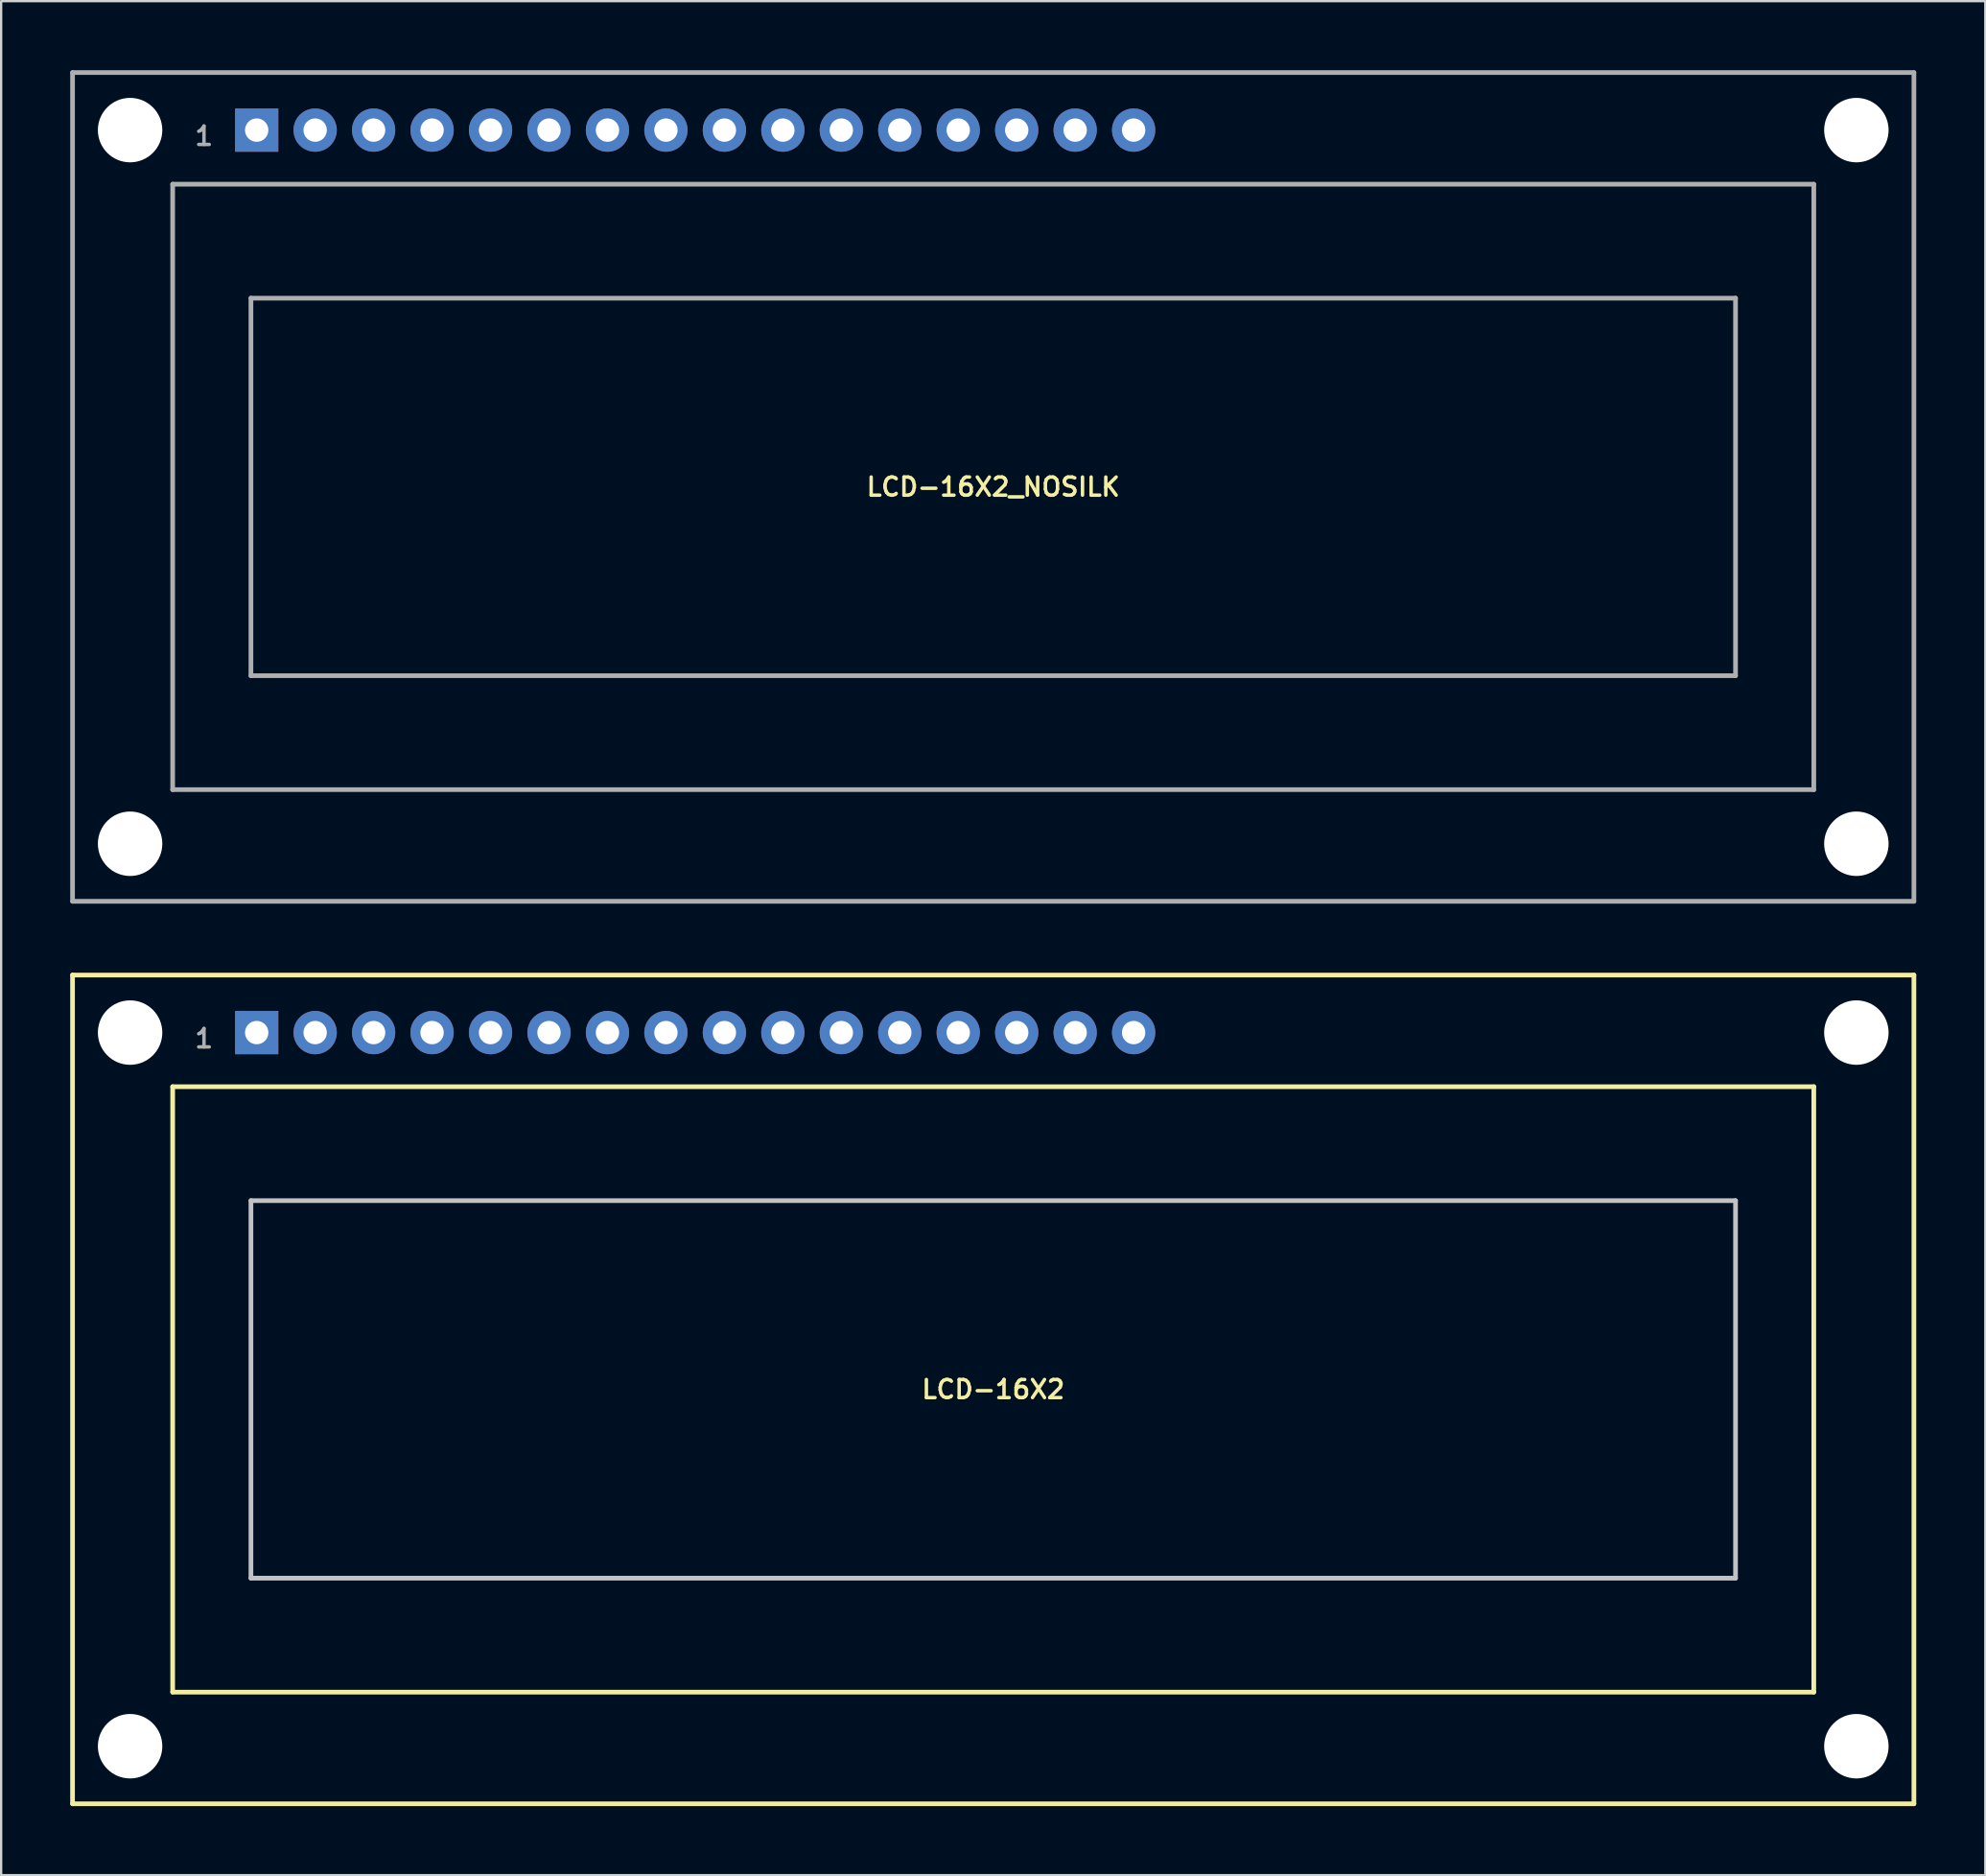
<source format=kicad_pcb>
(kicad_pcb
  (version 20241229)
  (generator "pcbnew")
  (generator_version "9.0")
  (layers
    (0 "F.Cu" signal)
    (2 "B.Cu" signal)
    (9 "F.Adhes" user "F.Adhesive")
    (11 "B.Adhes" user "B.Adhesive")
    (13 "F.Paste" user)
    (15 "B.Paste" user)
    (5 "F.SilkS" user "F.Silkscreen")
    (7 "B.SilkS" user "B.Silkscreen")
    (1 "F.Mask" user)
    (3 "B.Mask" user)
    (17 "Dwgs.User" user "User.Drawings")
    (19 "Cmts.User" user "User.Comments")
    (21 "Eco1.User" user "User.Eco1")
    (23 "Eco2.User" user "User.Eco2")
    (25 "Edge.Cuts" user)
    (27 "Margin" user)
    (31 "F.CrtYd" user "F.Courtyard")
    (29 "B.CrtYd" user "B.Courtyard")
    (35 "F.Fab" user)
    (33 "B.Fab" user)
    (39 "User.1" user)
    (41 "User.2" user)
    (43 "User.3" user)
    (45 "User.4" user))
  (footprint "LCD-16X2"
    (layer "F.Cu")
    (at 40.102 57.305)
    (property "Reference" "LCD-16X2" (at 0 0 0) (layer "F.SilkS") (effects (font (size 0.787 0.787) (thickness 0.15))))
    (attr through_hole)
    (fp_line (start -40 -18) (end 40 -18) (stroke (width 0.203) (type solid)) (layer "F.SilkS"))
    (fp_line (start -40 18) (end -40 -18) (stroke (width 0.203) (type solid)) (layer "F.SilkS"))
    (fp_line (start -35.65 -13.15) (end 35.65 -13.15) (stroke (width 0.203) (type solid)) (layer "F.SilkS"))
    (fp_line (start -35.65 13.15) (end -35.65 -13.15) (stroke (width 0.203) (type solid)) (layer "F.SilkS"))
    (fp_line (start 35.65 -13.15) (end 35.65 13.15) (stroke (width 0.203) (type solid)) (layer "F.SilkS"))
    (fp_line (start 35.65 13.15) (end -35.65 13.15) (stroke (width 0.203) (type solid)) (layer "F.SilkS"))
    (fp_line (start 40 -18) (end 40 18) (stroke (width 0.203) (type solid)) (layer "F.SilkS"))
    (fp_line (start 40 18) (end -40 18) (stroke (width 0.203) (type solid)) (layer "F.SilkS"))
    (fp_line (start -32.25 -8.2) (end 32.25 -8.2) (stroke (width 0.203) (type solid)) (layer "Dwgs.User"))
    (fp_line (start -32.25 8.2) (end -32.25 -8.2) (stroke (width 0.203) (type solid)) (layer "Dwgs.User"))
    (fp_line (start 32.25 -8.2) (end 32.25 8.2) (stroke (width 0.203) (type solid)) (layer "Dwgs.User"))
    (fp_line (start 32.25 8.2) (end -32.25 8.2) (stroke (width 0.203) (type solid)) (layer "Dwgs.User"))
    (fp_text user "1" (at -34.29 -15.24 0) (layer "F.Fab") (effects (font (size 0.8 0.8) (thickness 0.15))))
    (pad "" np_thru_hole circle (at -37.5 -15.5) (size 2.8 2.8) (drill 2.8) (layers "*.Cu" "*.Mask"))
    (pad "" np_thru_hole circle (at -37.5 15.5) (size 2.8 2.8) (drill 2.8) (layers "*.Cu" "*.Mask"))
    (pad "" np_thru_hole circle (at 37.5 -15.5) (size 2.8 2.8) (drill 2.8) (layers "*.Cu" "*.Mask"))
    (pad "" np_thru_hole circle (at 37.5 15.5) (size 2.8 2.8) (drill 2.8) (layers "*.Cu" "*.Mask"))
    (pad "1" thru_hole rect (at -32 -15.5) (size 1.88 1.88) (drill 1.016) (layers "*.Cu" "*.Mask"))
    (pad "2" thru_hole circle (at -29.46 -15.5) (size 1.88 1.88) (drill 1.016) (layers "*.Cu" "*.Mask"))
    (pad "3" thru_hole circle (at -26.92 -15.5) (size 1.88 1.88) (drill 1.016) (layers "*.Cu" "*.Mask"))
    (pad "4" thru_hole circle (at -24.38 -15.5) (size 1.88 1.88) (drill 1.016) (layers "*.Cu" "*.Mask"))
    (pad "5" thru_hole circle (at -21.84 -15.5) (size 1.88 1.88) (drill 1.016) (layers "*.Cu" "*.Mask"))
    (pad "6" thru_hole circle (at -19.3 -15.5) (size 1.88 1.88) (drill 1.016) (layers "*.Cu" "*.Mask"))
    (pad "7" thru_hole circle (at -16.76 -15.5) (size 1.88 1.88) (drill 1.016) (layers "*.Cu" "*.Mask"))
    (pad "8" thru_hole circle (at -14.22 -15.5) (size 1.88 1.88) (drill 1.016) (layers "*.Cu" "*.Mask"))
    (pad "9" thru_hole circle (at -11.68 -15.5) (size 1.88 1.88) (drill 1.016) (layers "*.Cu" "*.Mask"))
    (pad "10" thru_hole circle (at -9.14 -15.5) (size 1.88 1.88) (drill 1.016) (layers "*.Cu" "*.Mask"))
    (pad "11" thru_hole circle (at -6.6 -15.5) (size 1.88 1.88) (drill 1.016) (layers "*.Cu" "*.Mask"))
    (pad "12" thru_hole circle (at -4.06 -15.5) (size 1.88 1.88) (drill 1.016) (layers "*.Cu" "*.Mask"))
    (pad "13" thru_hole circle (at -1.52 -15.5) (size 1.88 1.88) (drill 1.016) (layers "*.Cu" "*.Mask"))
    (pad "14" thru_hole circle (at 1.02 -15.5) (size 1.88 1.88) (drill 1.016) (layers "*.Cu" "*.Mask"))
    (pad "15" thru_hole circle (at 3.56 -15.5) (size 1.88 1.88) (drill 1.016) (layers "*.Cu" "*.Mask"))
    (pad "16" thru_hole circle (at 6.1 -15.5) (size 1.88 1.88) (drill 1.016) (layers "*.Cu" "*.Mask")))
  (footprint "LCD-16X2_NOSILK"
    (layer "F.Cu")
    (at 40.102 18.102)
    (property "Reference" "LCD-16X2_NOSILK" (at 0 0 0) (layer "F.SilkS") (effects (font (size 0.787 0.787) (thickness 0.15))))
    (attr through_hole)
    (fp_line (start -40 -18) (end 40 -18) (stroke (width 0.203) (type solid)) (layer "F.Fab"))
    (fp_line (start -40 18) (end -40 -18) (stroke (width 0.203) (type solid)) (layer "F.Fab"))
    (fp_line (start -35.65 -13.15) (end 35.65 -13.15) (stroke (width 0.203) (type solid)) (layer "F.Fab"))
    (fp_line (start -35.65 13.15) (end -35.65 -13.15) (stroke (width 0.203) (type solid)) (layer "F.Fab"))
    (fp_line (start -32.25 -8.2) (end 32.25 -8.2) (stroke (width 0.203) (type solid)) (layer "F.Fab"))
    (fp_line (start -32.25 8.2) (end -32.25 -8.2) (stroke (width 0.203) (type solid)) (layer "F.Fab"))
    (fp_line (start 32.25 -8.2) (end 32.25 8.2) (stroke (width 0.203) (type solid)) (layer "F.Fab"))
    (fp_line (start 32.25 8.2) (end -32.25 8.2) (stroke (width 0.203) (type solid)) (layer "F.Fab"))
    (fp_line (start 35.65 -13.15) (end 35.65 13.15) (stroke (width 0.203) (type solid)) (layer "F.Fab"))
    (fp_line (start 35.65 13.15) (end -35.65 13.15) (stroke (width 0.203) (type solid)) (layer "F.Fab"))
    (fp_line (start 40 -18) (end 40 18) (stroke (width 0.203) (type solid)) (layer "F.Fab"))
    (fp_line (start 40 18) (end -40 18) (stroke (width 0.203) (type solid)) (layer "F.Fab"))
    (fp_text user "1" (at -34.29 -15.24 0) (layer "F.Fab") (effects (font (size 0.8 0.8) (thickness 0.15))))
    (pad "" np_thru_hole circle (at -37.5 -15.5) (size 2.8 2.8) (drill 2.8) (layers "*.Cu" "*.Mask"))
    (pad "" np_thru_hole circle (at -37.5 15.5) (size 2.8 2.8) (drill 2.8) (layers "*.Cu" "*.Mask"))
    (pad "" np_thru_hole circle (at 37.5 -15.5) (size 2.8 2.8) (drill 2.8) (layers "*.Cu" "*.Mask"))
    (pad "" np_thru_hole circle (at 37.5 15.5) (size 2.8 2.8) (drill 2.8) (layers "*.Cu" "*.Mask"))
    (pad "1" thru_hole rect (at -32 -15.5) (size 1.88 1.88) (drill 1.016) (layers "*.Cu" "*.Mask"))
    (pad "2" thru_hole circle (at -29.46 -15.5) (size 1.88 1.88) (drill 1.016) (layers "*.Cu" "*.Mask"))
    (pad "3" thru_hole circle (at -26.92 -15.5) (size 1.88 1.88) (drill 1.016) (layers "*.Cu" "*.Mask"))
    (pad "4" thru_hole circle (at -24.38 -15.5) (size 1.88 1.88) (drill 1.016) (layers "*.Cu" "*.Mask"))
    (pad "5" thru_hole circle (at -21.84 -15.5) (size 1.88 1.88) (drill 1.016) (layers "*.Cu" "*.Mask"))
    (pad "6" thru_hole circle (at -19.3 -15.5) (size 1.88 1.88) (drill 1.016) (layers "*.Cu" "*.Mask"))
    (pad "7" thru_hole circle (at -16.76 -15.5) (size 1.88 1.88) (drill 1.016) (layers "*.Cu" "*.Mask"))
    (pad "8" thru_hole circle (at -14.22 -15.5) (size 1.88 1.88) (drill 1.016) (layers "*.Cu" "*.Mask"))
    (pad "9" thru_hole circle (at -11.68 -15.5) (size 1.88 1.88) (drill 1.016) (layers "*.Cu" "*.Mask"))
    (pad "10" thru_hole circle (at -9.14 -15.5) (size 1.88 1.88) (drill 1.016) (layers "*.Cu" "*.Mask"))
    (pad "11" thru_hole circle (at -6.6 -15.5) (size 1.88 1.88) (drill 1.016) (layers "*.Cu" "*.Mask"))
    (pad "12" thru_hole circle (at -4.06 -15.5) (size 1.88 1.88) (drill 1.016) (layers "*.Cu" "*.Mask"))
    (pad "13" thru_hole circle (at -1.52 -15.5) (size 1.88 1.88) (drill 1.016) (layers "*.Cu" "*.Mask"))
    (pad "14" thru_hole circle (at 1.02 -15.5) (size 1.88 1.88) (drill 1.016) (layers "*.Cu" "*.Mask"))
    (pad "15" thru_hole circle (at 3.56 -15.5) (size 1.88 1.88) (drill 1.016) (layers "*.Cu" "*.Mask"))
    (pad "16" thru_hole circle (at 6.1 -15.5) (size 1.88 1.88) (drill 1.016) (layers "*.Cu" "*.Mask")))
  (gr_rect
    (start -3 -3)
    (end 83.203 78.406)
    (stroke (width 0.1) (type default))
    (fill no)
    (layer "Edge.Cuts")))
</source>
